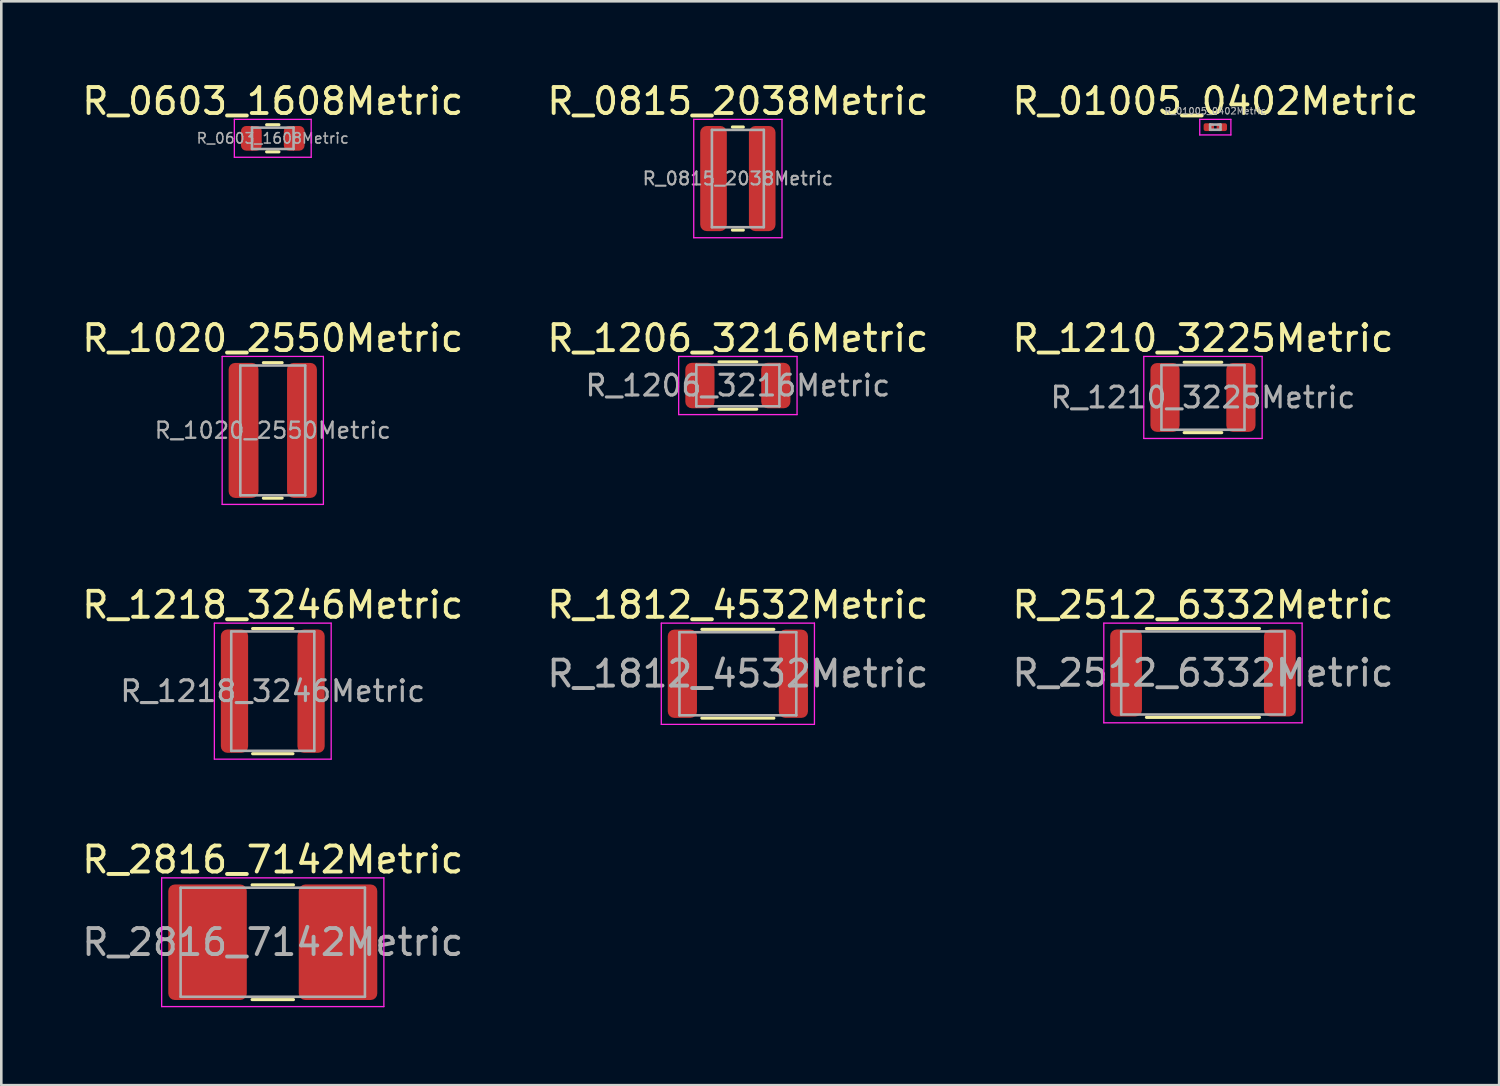
<source format=kicad_pcb>
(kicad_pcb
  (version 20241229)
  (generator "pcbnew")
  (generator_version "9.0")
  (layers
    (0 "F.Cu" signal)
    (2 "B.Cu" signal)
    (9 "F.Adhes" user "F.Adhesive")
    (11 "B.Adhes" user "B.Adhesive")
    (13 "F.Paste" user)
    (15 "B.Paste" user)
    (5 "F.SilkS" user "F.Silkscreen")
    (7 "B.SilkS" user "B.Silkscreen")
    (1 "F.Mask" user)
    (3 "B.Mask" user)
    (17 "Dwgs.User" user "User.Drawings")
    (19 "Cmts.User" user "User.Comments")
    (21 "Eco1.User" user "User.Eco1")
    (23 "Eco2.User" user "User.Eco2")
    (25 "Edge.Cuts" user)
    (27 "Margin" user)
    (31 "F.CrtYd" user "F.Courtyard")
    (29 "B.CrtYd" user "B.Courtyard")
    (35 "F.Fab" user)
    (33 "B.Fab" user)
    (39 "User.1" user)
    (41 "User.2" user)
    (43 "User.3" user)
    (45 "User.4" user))
  (footprint "R_2512_6332Metric"
    (layer "F.Cu")
    (at 43.292 22.875)
    (property "Reference" "R_2512_6332Metric" (at 0 -2.62 0) (layer "F.SilkS") (effects (font (size 1 1) (thickness 0.15))))
    (attr smd)
    (fp_line (start -2.177 -1.71) (end 2.177 -1.71) (stroke (width 0.12) (type solid)) (layer "F.SilkS"))
    (fp_line (start -2.177 1.71) (end 2.177 1.71) (stroke (width 0.12) (type solid)) (layer "F.SilkS"))
    (fp_line (start -3.82 -1.92) (end 3.82 -1.92) (stroke (width 0.05) (type solid)) (layer "F.CrtYd"))
    (fp_line (start -3.82 1.92) (end -3.82 -1.92) (stroke (width 0.05) (type solid)) (layer "F.CrtYd"))
    (fp_line (start 3.82 -1.92) (end 3.82 1.92) (stroke (width 0.05) (type solid)) (layer "F.CrtYd"))
    (fp_line (start 3.82 1.92) (end -3.82 1.92) (stroke (width 0.05) (type solid)) (layer "F.CrtYd"))
    (fp_line (start -3.15 -1.6) (end 3.15 -1.6) (stroke (width 0.1) (type solid)) (layer "F.Fab"))
    (fp_line (start -3.15 1.6) (end -3.15 -1.6) (stroke (width 0.1) (type solid)) (layer "F.Fab"))
    (fp_line (start 3.15 -1.6) (end 3.15 1.6) (stroke (width 0.1) (type solid)) (layer "F.Fab"))
    (fp_line (start 3.15 1.6) (end -3.15 1.6) (stroke (width 0.1) (type solid)) (layer "F.Fab"))
    (fp_text user "${REFERENCE}" (at 0 0 0) (layer "F.Fab") (effects (font (size 1 1) (thickness 0.15))))
    (pad "1" smd roundrect (at -2.962 0) (size 1.225 3.35) (layers "F.Cu" "F.Mask" "F.Paste") (roundrect_rratio 0.204))
    (pad "2" smd roundrect (at 2.962 0) (size 1.225 3.35) (layers "F.Cu" "F.Mask" "F.Paste") (roundrect_rratio 0.204)))
  (footprint "R_0815_2038Metric"
    (layer "F.Cu")
    (at 25.375 3.828)
    (property "Reference" "R_0815_2038Metric" (at 0 -2.98 0) (layer "F.SilkS") (effects (font (size 1 1) (thickness 0.15))))
    (attr smd)
    (fp_line (start -0.21 -1.985) (end 0.21 -1.985) (stroke (width 0.12) (type solid)) (layer "F.SilkS"))
    (fp_line (start -0.21 1.985) (end 0.21 1.985) (stroke (width 0.12) (type solid)) (layer "F.SilkS"))
    (fp_line (start -1.7 -2.28) (end 1.7 -2.28) (stroke (width 0.05) (type solid)) (layer "F.CrtYd"))
    (fp_line (start -1.7 2.28) (end -1.7 -2.28) (stroke (width 0.05) (type solid)) (layer "F.CrtYd"))
    (fp_line (start 1.7 -2.28) (end 1.7 2.28) (stroke (width 0.05) (type solid)) (layer "F.CrtYd"))
    (fp_line (start 1.7 2.28) (end -1.7 2.28) (stroke (width 0.05) (type solid)) (layer "F.CrtYd"))
    (fp_line (start -1 -1.875) (end 1 -1.875) (stroke (width 0.1) (type solid)) (layer "F.Fab"))
    (fp_line (start -1 1.875) (end -1 -1.875) (stroke (width 0.1) (type solid)) (layer "F.Fab"))
    (fp_line (start 1 -1.875) (end 1 1.875) (stroke (width 0.1) (type solid)) (layer "F.Fab"))
    (fp_line (start 1 1.875) (end -1 1.875) (stroke (width 0.1) (type solid)) (layer "F.Fab"))
    (fp_text user "${REFERENCE}" (at 0 0 0) (layer "F.Fab") (effects (font (size 0.5 0.5) (thickness 0.08))))
    (pad "1" smd roundrect (at -0.938 0) (size 1.025 4.05) (layers "F.Cu" "F.Mask" "F.Paste") (roundrect_rratio 0.244))
    (pad "2" smd roundrect (at 0.938 0) (size 1.025 4.05) (layers "F.Cu" "F.Mask" "F.Paste") (roundrect_rratio 0.244)))
  (footprint "R_1020_2550Metric"
    (layer "F.Cu")
    (at 7.458 13.531)
    (property "Reference" "R_1020_2550Metric" (at 0 -3.55 0) (layer "F.SilkS") (effects (font (size 1 1) (thickness 0.15))))
    (attr smd)
    (fp_line (start -0.361 -2.61) (end 0.361 -2.61) (stroke (width 0.12) (type solid)) (layer "F.SilkS"))
    (fp_line (start -0.361 2.61) (end 0.361 2.61) (stroke (width 0.12) (type solid)) (layer "F.SilkS"))
    (fp_line (start -1.95 -2.85) (end 1.95 -2.85) (stroke (width 0.05) (type solid)) (layer "F.CrtYd"))
    (fp_line (start -1.95 2.85) (end -1.95 -2.85) (stroke (width 0.05) (type solid)) (layer "F.CrtYd"))
    (fp_line (start 1.95 -2.85) (end 1.95 2.85) (stroke (width 0.05) (type solid)) (layer "F.CrtYd"))
    (fp_line (start 1.95 2.85) (end -1.95 2.85) (stroke (width 0.05) (type solid)) (layer "F.CrtYd"))
    (fp_line (start -1.25 -2.5) (end 1.25 -2.5) (stroke (width 0.1) (type solid)) (layer "F.Fab"))
    (fp_line (start -1.25 2.5) (end -1.25 -2.5) (stroke (width 0.1) (type solid)) (layer "F.Fab"))
    (fp_line (start 1.25 -2.5) (end 1.25 2.5) (stroke (width 0.1) (type solid)) (layer "F.Fab"))
    (fp_line (start 1.25 2.5) (end -1.25 2.5) (stroke (width 0.1) (type solid)) (layer "F.Fab"))
    (fp_text user "${REFERENCE}" (at 0 0 0) (layer "F.Fab") (effects (font (size 0.62 0.62) (thickness 0.09))))
    (pad "1" smd roundrect (at -1.125 0) (size 1.15 5.2) (layers "F.Cu" "F.Mask" "F.Paste") (roundrect_rratio 0.217))
    (pad "2" smd roundrect (at 1.125 0) (size 1.15 5.2) (layers "F.Cu" "F.Mask" "F.Paste") (roundrect_rratio 0.217)))
  (footprint "R_1210_3225Metric"
    (layer "F.Cu")
    (at 43.292 12.261)
    (property "Reference" "R_1210_3225Metric" (at 0 -2.28 0) (layer "F.SilkS") (effects (font (size 1 1) (thickness 0.15))))
    (attr smd)
    (fp_line (start -0.724 -1.355) (end 0.724 -1.355) (stroke (width 0.12) (type solid)) (layer "F.SilkS"))
    (fp_line (start -0.724 1.355) (end 0.724 1.355) (stroke (width 0.12) (type solid)) (layer "F.SilkS"))
    (fp_line (start -2.28 -1.58) (end 2.28 -1.58) (stroke (width 0.05) (type solid)) (layer "F.CrtYd"))
    (fp_line (start -2.28 1.58) (end -2.28 -1.58) (stroke (width 0.05) (type solid)) (layer "F.CrtYd"))
    (fp_line (start 2.28 -1.58) (end 2.28 1.58) (stroke (width 0.05) (type solid)) (layer "F.CrtYd"))
    (fp_line (start 2.28 1.58) (end -2.28 1.58) (stroke (width 0.05) (type solid)) (layer "F.CrtYd"))
    (fp_line (start -1.6 -1.245) (end 1.6 -1.245) (stroke (width 0.1) (type solid)) (layer "F.Fab"))
    (fp_line (start -1.6 1.245) (end -1.6 -1.245) (stroke (width 0.1) (type solid)) (layer "F.Fab"))
    (fp_line (start 1.6 -1.245) (end 1.6 1.245) (stroke (width 0.1) (type solid)) (layer "F.Fab"))
    (fp_line (start 1.6 1.245) (end -1.6 1.245) (stroke (width 0.1) (type solid)) (layer "F.Fab"))
    (fp_text user "${REFERENCE}" (at 0 0 0) (layer "F.Fab") (effects (font (size 0.8 0.8) (thickness 0.12))))
    (pad "1" smd roundrect (at -1.462 0) (size 1.125 2.65) (layers "F.Cu" "F.Mask" "F.Paste") (roundrect_rratio 0.222))
    (pad "2" smd roundrect (at 1.462 0) (size 1.125 2.65) (layers "F.Cu" "F.Mask" "F.Paste") (roundrect_rratio 0.222)))
  (footprint "R_2816_7142Metric"
    (layer "F.Cu")
    (at 7.458 33.248)
    (property "Reference" "R_2816_7142Metric" (at 0 -3.18 0) (layer "F.SilkS") (effects (font (size 1 1) (thickness 0.15))))
    (attr smd)
    (fp_line (start -0.797 -2.21) (end 0.797 -2.21) (stroke (width 0.12) (type solid)) (layer "F.SilkS"))
    (fp_line (start -0.797 2.21) (end 0.797 2.21) (stroke (width 0.12) (type solid)) (layer "F.SilkS"))
    (fp_line (start -4.28 -2.48) (end 4.28 -2.48) (stroke (width 0.05) (type solid)) (layer "F.CrtYd"))
    (fp_line (start -4.28 2.48) (end -4.28 -2.48) (stroke (width 0.05) (type solid)) (layer "F.CrtYd"))
    (fp_line (start 4.28 -2.48) (end 4.28 2.48) (stroke (width 0.05) (type solid)) (layer "F.CrtYd"))
    (fp_line (start 4.28 2.48) (end -4.28 2.48) (stroke (width 0.05) (type solid)) (layer "F.CrtYd"))
    (fp_line (start -3.55 -2.1) (end 3.55 -2.1) (stroke (width 0.1) (type solid)) (layer "F.Fab"))
    (fp_line (start -3.55 2.1) (end -3.55 -2.1) (stroke (width 0.1) (type solid)) (layer "F.Fab"))
    (fp_line (start 3.55 -2.1) (end 3.55 2.1) (stroke (width 0.1) (type solid)) (layer "F.Fab"))
    (fp_line (start 3.55 2.1) (end -3.55 2.1) (stroke (width 0.1) (type solid)) (layer "F.Fab"))
    (fp_text user "${REFERENCE}" (at 0 0 0) (layer "F.Fab") (effects (font (size 1 1) (thickness 0.15))))
    (pad "1" smd roundrect (at -2.513 0) (size 3.025 4.45) (layers "F.Cu" "F.Mask" "F.Paste") (roundrect_rratio 0.083))
    (pad "2" smd roundrect (at 2.513 0) (size 3.025 4.45) (layers "F.Cu" "F.Mask" "F.Paste") (roundrect_rratio 0.083)))
  (footprint "R_1218_3246Metric"
    (layer "F.Cu")
    (at 7.458 23.575)
    (property "Reference" "R_1218_3246Metric" (at 0 -3.32 0) (layer "F.SilkS") (effects (font (size 1 1) (thickness 0.15))))
    (attr smd)
    (fp_line (start -0.777 -2.41) (end 0.777 -2.41) (stroke (width 0.12) (type solid)) (layer "F.SilkS"))
    (fp_line (start -0.777 2.41) (end 0.777 2.41) (stroke (width 0.12) (type solid)) (layer "F.SilkS"))
    (fp_line (start -2.25 -2.62) (end 2.25 -2.62) (stroke (width 0.05) (type solid)) (layer "F.CrtYd"))
    (fp_line (start -2.25 2.62) (end -2.25 -2.62) (stroke (width 0.05) (type solid)) (layer "F.CrtYd"))
    (fp_line (start 2.25 -2.62) (end 2.25 2.62) (stroke (width 0.05) (type solid)) (layer "F.CrtYd"))
    (fp_line (start 2.25 2.62) (end -2.25 2.62) (stroke (width 0.05) (type solid)) (layer "F.CrtYd"))
    (fp_line (start -1.6 -2.3) (end 1.6 -2.3) (stroke (width 0.1) (type solid)) (layer "F.Fab"))
    (fp_line (start -1.6 2.3) (end -1.6 -2.3) (stroke (width 0.1) (type solid)) (layer "F.Fab"))
    (fp_line (start 1.6 -2.3) (end 1.6 2.3) (stroke (width 0.1) (type solid)) (layer "F.Fab"))
    (fp_line (start 1.6 2.3) (end -1.6 2.3) (stroke (width 0.1) (type solid)) (layer "F.Fab"))
    (fp_text user "${REFERENCE}" (at 0 0 0) (layer "F.Fab") (effects (font (size 0.8 0.8) (thickness 0.12))))
    (pad "1" smd roundrect (at -1.475 0) (size 1.05 4.75) (layers "F.Cu" "F.Mask" "F.Paste") (roundrect_rratio 0.238))
    (pad "2" smd roundrect (at 1.475 0) (size 1.05 4.75) (layers "F.Cu" "F.Mask" "F.Paste") (roundrect_rratio 0.238)))
  (footprint "R_01005_0402Metric"
    (layer "F.Cu")
    (at 43.768 1.848)
    (property "Reference" "R_01005_0402Metric" (at 0 -1 0) (layer "F.SilkS") (effects (font (size 1 1) (thickness 0.15))))
    (attr smd)
    (fp_line (start -0.6 -0.3) (end 0.6 -0.3) (stroke (width 0.05) (type solid)) (layer "F.CrtYd"))
    (fp_line (start -0.6 0.3) (end -0.6 -0.3) (stroke (width 0.05) (type solid)) (layer "F.CrtYd"))
    (fp_line (start 0.6 -0.3) (end 0.6 0.3) (stroke (width 0.05) (type solid)) (layer "F.CrtYd"))
    (fp_line (start 0.6 0.3) (end -0.6 0.3) (stroke (width 0.05) (type solid)) (layer "F.CrtYd"))
    (fp_line (start -0.2 -0.1) (end 0.2 -0.1) (stroke (width 0.1) (type solid)) (layer "F.Fab"))
    (fp_line (start -0.2 0.1) (end -0.2 -0.1) (stroke (width 0.1) (type solid)) (layer "F.Fab"))
    (fp_line (start 0.2 -0.1) (end 0.2 0.1) (stroke (width 0.1) (type solid)) (layer "F.Fab"))
    (fp_line (start 0.2 0.1) (end -0.2 0.1) (stroke (width 0.1) (type solid)) (layer "F.Fab"))
    (fp_text user "${REFERENCE}" (at 0 -0.62 0) (layer "F.Fab") (effects (font (size 0.25 0.25) (thickness 0.04))))
    (pad "" smd roundrect (at -0.275 0) (size 0.27 0.27) (layers "F.Paste") (roundrect_rratio 0.25))
    (pad "" smd roundrect (at 0.275 0) (size 0.27 0.27) (layers "F.Paste") (roundrect_rratio 0.25))
    (pad "1" smd roundrect (at -0.25 0) (size 0.4 0.3) (layers "F.Cu" "F.Mask") (roundrect_rratio 0.25))
    (pad "2" smd roundrect (at 0.25 0) (size 0.4 0.3) (layers "F.Cu" "F.Mask") (roundrect_rratio 0.25)))
  (footprint "R_0603_1608Metric"
    (layer "F.Cu")
    (at 7.458 2.278)
    (property "Reference" "R_0603_1608Metric" (at 0 -1.43 0) (layer "F.SilkS") (effects (font (size 1 1) (thickness 0.15))))
    (attr smd)
    (fp_line (start -0.237 -0.522) (end 0.237 -0.522) (stroke (width 0.12) (type solid)) (layer "F.SilkS"))
    (fp_line (start -0.237 0.522) (end 0.237 0.522) (stroke (width 0.12) (type solid)) (layer "F.SilkS"))
    (fp_line (start -1.48 -0.73) (end 1.48 -0.73) (stroke (width 0.05) (type solid)) (layer "F.CrtYd"))
    (fp_line (start -1.48 0.73) (end -1.48 -0.73) (stroke (width 0.05) (type solid)) (layer "F.CrtYd"))
    (fp_line (start 1.48 -0.73) (end 1.48 0.73) (stroke (width 0.05) (type solid)) (layer "F.CrtYd"))
    (fp_line (start 1.48 0.73) (end -1.48 0.73) (stroke (width 0.05) (type solid)) (layer "F.CrtYd"))
    (fp_line (start -0.8 -0.412) (end 0.8 -0.412) (stroke (width 0.1) (type solid)) (layer "F.Fab"))
    (fp_line (start -0.8 0.412) (end -0.8 -0.412) (stroke (width 0.1) (type solid)) (layer "F.Fab"))
    (fp_line (start 0.8 -0.412) (end 0.8 0.412) (stroke (width 0.1) (type solid)) (layer "F.Fab"))
    (fp_line (start 0.8 0.412) (end -0.8 0.412) (stroke (width 0.1) (type solid)) (layer "F.Fab"))
    (fp_text user "${REFERENCE}" (at 0 0 0) (layer "F.Fab") (effects (font (size 0.4 0.4) (thickness 0.06))))
    (pad "1" smd roundrect (at -0.825 0) (size 0.8 0.95) (layers "F.Cu" "F.Mask" "F.Paste") (roundrect_rratio 0.25))
    (pad "2" smd roundrect (at 0.825 0) (size 0.8 0.95) (layers "F.Cu" "F.Mask" "F.Paste") (roundrect_rratio 0.25)))
  (footprint "R_1812_4532Metric"
    (layer "F.Cu")
    (at 25.375 22.905)
    (property "Reference" "R_1812_4532Metric" (at 0 -2.65 0) (layer "F.SilkS") (effects (font (size 1 1) (thickness 0.15))))
    (attr smd)
    (fp_line (start -1.386 -1.71) (end 1.386 -1.71) (stroke (width 0.12) (type solid)) (layer "F.SilkS"))
    (fp_line (start -1.386 1.71) (end 1.386 1.71) (stroke (width 0.12) (type solid)) (layer "F.SilkS"))
    (fp_line (start -2.95 -1.95) (end 2.95 -1.95) (stroke (width 0.05) (type solid)) (layer "F.CrtYd"))
    (fp_line (start -2.95 1.95) (end -2.95 -1.95) (stroke (width 0.05) (type solid)) (layer "F.CrtYd"))
    (fp_line (start 2.95 -1.95) (end 2.95 1.95) (stroke (width 0.05) (type solid)) (layer "F.CrtYd"))
    (fp_line (start 2.95 1.95) (end -2.95 1.95) (stroke (width 0.05) (type solid)) (layer "F.CrtYd"))
    (fp_line (start -2.25 -1.6) (end 2.25 -1.6) (stroke (width 0.1) (type solid)) (layer "F.Fab"))
    (fp_line (start -2.25 1.6) (end -2.25 -1.6) (stroke (width 0.1) (type solid)) (layer "F.Fab"))
    (fp_line (start 2.25 -1.6) (end 2.25 1.6) (stroke (width 0.1) (type solid)) (layer "F.Fab"))
    (fp_line (start 2.25 1.6) (end -2.25 1.6) (stroke (width 0.1) (type solid)) (layer "F.Fab"))
    (fp_text user "${REFERENCE}" (at 0 0 0) (layer "F.Fab") (effects (font (size 1 1) (thickness 0.15))))
    (pad "1" smd roundrect (at -2.138 0) (size 1.125 3.4) (layers "F.Cu" "F.Mask" "F.Paste") (roundrect_rratio 0.222))
    (pad "2" smd roundrect (at 2.138 0) (size 1.125 3.4) (layers "F.Cu" "F.Mask" "F.Paste") (roundrect_rratio 0.222)))
  (footprint "R_1206_3216Metric"
    (layer "F.Cu")
    (at 25.375 11.802)
    (property "Reference" "R_1206_3216Metric" (at 0 -1.82 0) (layer "F.SilkS") (effects (font (size 1 1) (thickness 0.15))))
    (attr smd)
    (fp_line (start -0.727 -0.91) (end 0.727 -0.91) (stroke (width 0.12) (type solid)) (layer "F.SilkS"))
    (fp_line (start -0.727 0.91) (end 0.727 0.91) (stroke (width 0.12) (type solid)) (layer "F.SilkS"))
    (fp_line (start -2.28 -1.12) (end 2.28 -1.12) (stroke (width 0.05) (type solid)) (layer "F.CrtYd"))
    (fp_line (start -2.28 1.12) (end -2.28 -1.12) (stroke (width 0.05) (type solid)) (layer "F.CrtYd"))
    (fp_line (start 2.28 -1.12) (end 2.28 1.12) (stroke (width 0.05) (type solid)) (layer "F.CrtYd"))
    (fp_line (start 2.28 1.12) (end -2.28 1.12) (stroke (width 0.05) (type solid)) (layer "F.CrtYd"))
    (fp_line (start -1.6 -0.8) (end 1.6 -0.8) (stroke (width 0.1) (type solid)) (layer "F.Fab"))
    (fp_line (start -1.6 0.8) (end -1.6 -0.8) (stroke (width 0.1) (type solid)) (layer "F.Fab"))
    (fp_line (start 1.6 -0.8) (end 1.6 0.8) (stroke (width 0.1) (type solid)) (layer "F.Fab"))
    (fp_line (start 1.6 0.8) (end -1.6 0.8) (stroke (width 0.1) (type solid)) (layer "F.Fab"))
    (fp_text user "${REFERENCE}" (at 0 0 0) (layer "F.Fab") (effects (font (size 0.8 0.8) (thickness 0.12))))
    (pad "1" smd roundrect (at -1.462 0) (size 1.125 1.75) (layers "F.Cu" "F.Mask" "F.Paste") (roundrect_rratio 0.222))
    (pad "2" smd roundrect (at 1.462 0) (size 1.125 1.75) (layers "F.Cu" "F.Mask" "F.Paste") (roundrect_rratio 0.222)))
  (gr_rect
    (start -3 -3)
    (end 54.702 38.753)
    (stroke (width 0.1) (type default))
    (fill no)
    (layer "Edge.Cuts")))
</source>
